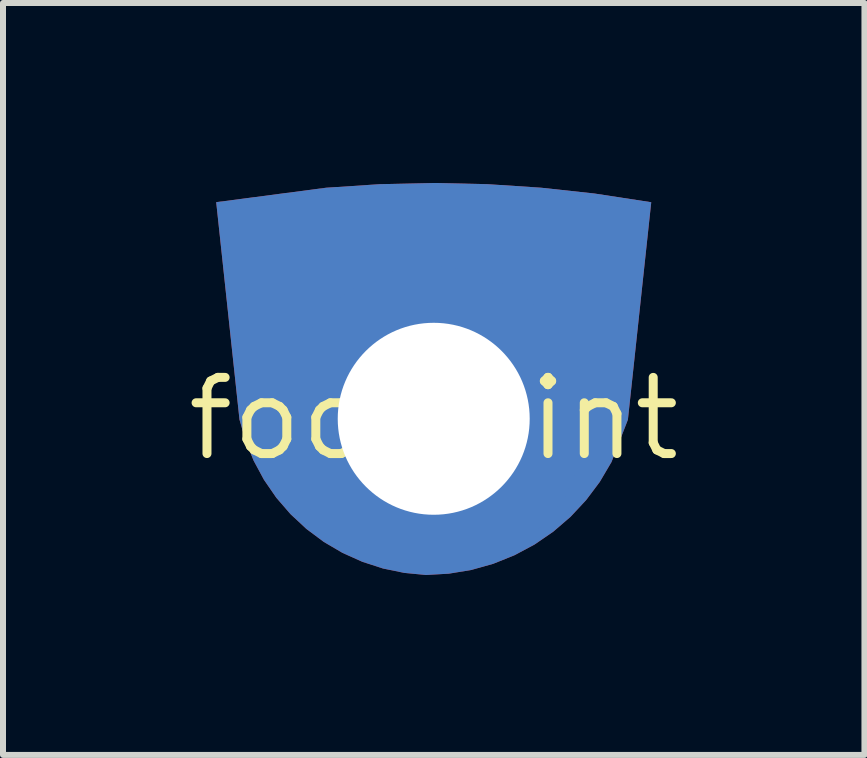
<source format=kicad_pcb>
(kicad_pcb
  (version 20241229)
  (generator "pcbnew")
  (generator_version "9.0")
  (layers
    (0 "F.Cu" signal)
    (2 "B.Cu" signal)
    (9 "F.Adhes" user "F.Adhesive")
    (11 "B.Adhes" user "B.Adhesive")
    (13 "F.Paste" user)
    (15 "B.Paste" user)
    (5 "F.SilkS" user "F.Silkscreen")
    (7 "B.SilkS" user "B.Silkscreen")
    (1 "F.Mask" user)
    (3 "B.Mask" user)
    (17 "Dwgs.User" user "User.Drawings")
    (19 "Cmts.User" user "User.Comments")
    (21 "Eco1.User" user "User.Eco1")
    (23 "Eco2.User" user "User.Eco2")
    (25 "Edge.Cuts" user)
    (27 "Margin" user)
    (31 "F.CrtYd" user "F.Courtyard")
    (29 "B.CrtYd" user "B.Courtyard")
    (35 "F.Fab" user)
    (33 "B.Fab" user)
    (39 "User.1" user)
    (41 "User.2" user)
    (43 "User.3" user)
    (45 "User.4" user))
  (footprint "footprint"
    (layer "F.Cu")
    (at 4.18 3.931)
    (property "Reference" "footprint" (at 0 0 0) (layer "F.SilkS") (effects (font (size 1.27 1.27) (thickness 0.15))))
    (fp_poly (pts (xy 0.896 -3.911) (xy 1.79 -3.852) (xy 2.681 -3.755) (xy 3.626 -3.61) (xy 3.237 0.015) (xy 2.963 0.722) (xy 2.769 1.051) (xy 2.541 1.355) (xy 2.282 1.633) (xy 1.994 1.881) (xy 1.681 2.096) (xy 1.346 2.275) (xy 0.993 2.417) (xy 0.627 2.52) (xy 0.252 2.582) (xy -0.128 2.604) (xy -0.49 2.569) (xy -0.845 2.496) (xy -1.19 2.384) (xy -1.52 2.236) (xy -1.832 2.053) (xy -2.123 1.836) (xy -2.388 1.589) (xy -2.625 1.315) (xy -2.83 1.017) (xy -3.002 0.698) (xy -3.138 0.362) (xy -3.239 0.009) (xy -3.239 0.003) (xy -3.626 -3.611) (xy -1.791 -3.852) (xy -0.896 -3.911) (xy 0 -3.931)) (stroke (width 0) (type solid)) (fill yes) (layer "F.Cu"))
    (fp_poly (pts (xy 0.896 -3.911) (xy 1.79 -3.852) (xy 2.681 -3.755) (xy 3.626 -3.61) (xy 3.237 0.015) (xy 2.963 0.722) (xy 2.769 1.051) (xy 2.541 1.355) (xy 2.282 1.633) (xy 1.994 1.881) (xy 1.681 2.096) (xy 1.346 2.275) (xy 0.993 2.417) (xy 0.627 2.52) (xy 0.252 2.582) (xy -0.128 2.604) (xy -0.49 2.569) (xy -0.845 2.496) (xy -1.19 2.384) (xy -1.52 2.236) (xy -1.832 2.053) (xy -2.123 1.836) (xy -2.388 1.589) (xy -2.625 1.315) (xy -2.83 1.017) (xy -3.002 0.698) (xy -3.138 0.362) (xy -3.239 0.009) (xy -3.239 0.003) (xy -3.626 -3.611) (xy -1.791 -3.852) (xy -0.896 -3.911) (xy 0 -3.931)) (stroke (width 0) (type solid)) (fill yes) (layer "F.Mask"))
    (fp_poly (pts (xy 0.896 -3.911) (xy 1.79 -3.852) (xy 2.681 -3.755) (xy 3.626 -3.61) (xy 3.237 0.015) (xy 2.963 0.722) (xy 2.769 1.051) (xy 2.541 1.355) (xy 2.282 1.633) (xy 1.994 1.881) (xy 1.681 2.096) (xy 1.346 2.275) (xy 0.993 2.417) (xy 0.627 2.52) (xy 0.252 2.582) (xy -0.128 2.604) (xy -0.49 2.569) (xy -0.845 2.496) (xy -1.19 2.384) (xy -1.52 2.236) (xy -1.832 2.053) (xy -2.123 1.836) (xy -2.388 1.589) (xy -2.625 1.315) (xy -2.83 1.017) (xy -3.002 0.698) (xy -3.138 0.362) (xy -3.239 0.009) (xy -3.239 0.003) (xy -3.626 -3.611) (xy -1.791 -3.852) (xy -0.896 -3.911) (xy 0 -3.931)) (stroke (width 0) (type solid)) (fill yes) (layer "B.Cu"))
    (fp_poly (pts (xy 0.896 -3.911) (xy 1.79 -3.852) (xy 2.681 -3.755) (xy 3.626 -3.61) (xy 3.237 0.015) (xy 2.963 0.722) (xy 2.769 1.051) (xy 2.541 1.355) (xy 2.282 1.633) (xy 1.994 1.881) (xy 1.681 2.096) (xy 1.346 2.275) (xy 0.993 2.417) (xy 0.627 2.52) (xy 0.252 2.582) (xy -0.128 2.604) (xy -0.49 2.569) (xy -0.845 2.496) (xy -1.19 2.384) (xy -1.52 2.236) (xy -1.832 2.053) (xy -2.123 1.836) (xy -2.388 1.589) (xy -2.625 1.315) (xy -2.83 1.017) (xy -3.002 0.698) (xy -3.138 0.362) (xy -3.239 0.009) (xy -3.239 0.003) (xy -3.626 -3.611) (xy -1.791 -3.852) (xy -0.896 -3.911) (xy 0 -3.931)) (stroke (width 0) (type solid)) (fill yes) (layer "B.Mask"))
    (pad "P$1" thru_hole circle (at 0 0) (size 5.08 5.08) (drill 3.2) (layers "*.Cu" "*.Mask")))
  (gr_rect
    (start -3 -3)
    (end 11.36 9.534)
    (stroke (width 0.1) (type default))
    (fill no)
    (layer "Edge.Cuts")))
</source>
